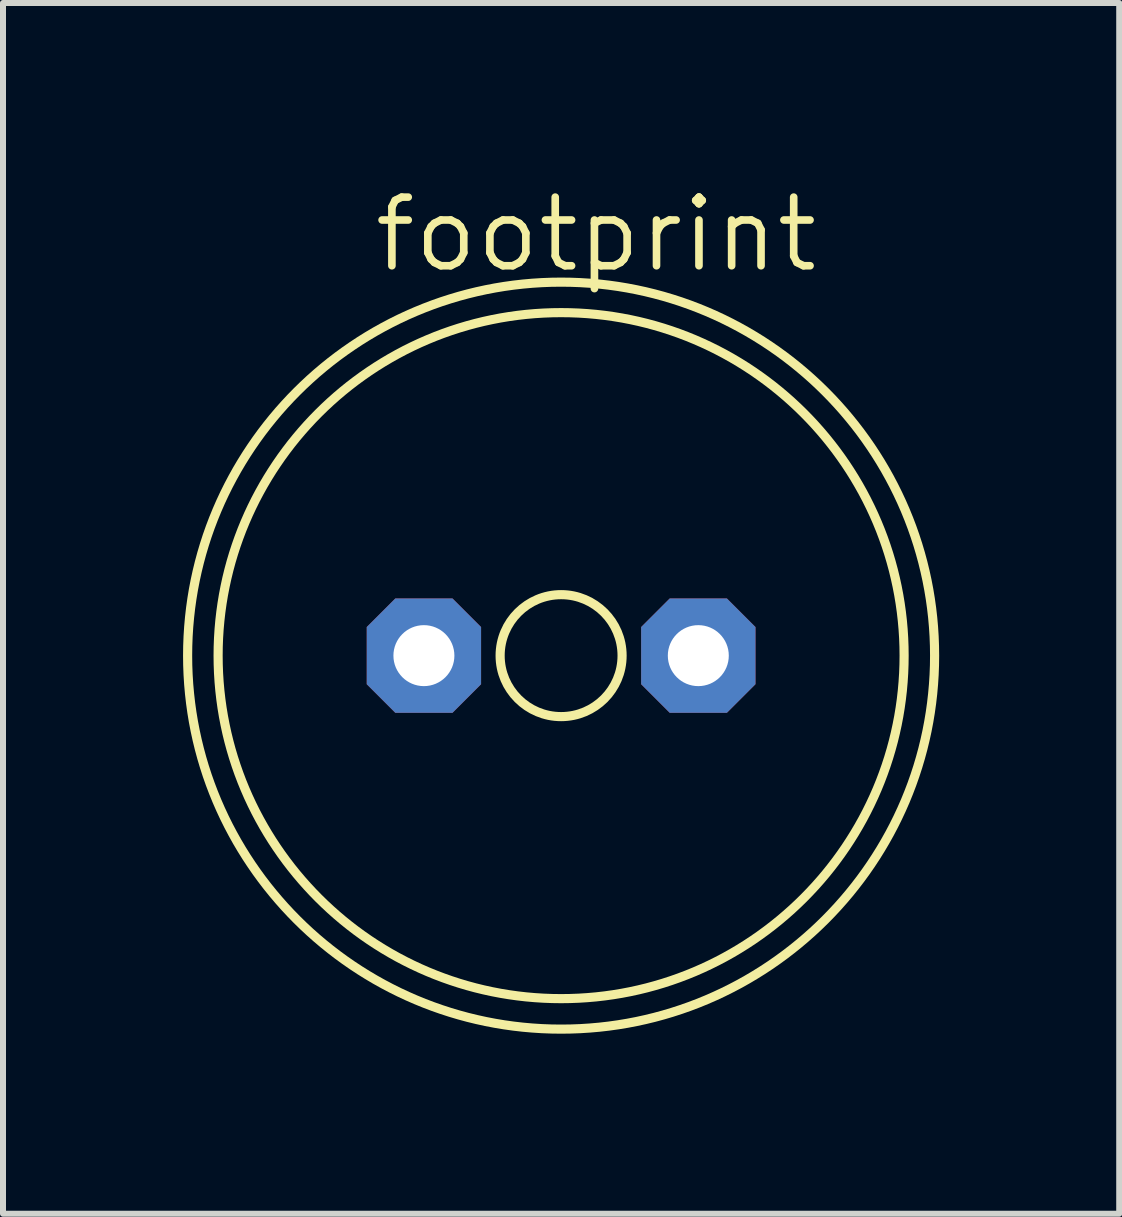
<source format=kicad_pcb>
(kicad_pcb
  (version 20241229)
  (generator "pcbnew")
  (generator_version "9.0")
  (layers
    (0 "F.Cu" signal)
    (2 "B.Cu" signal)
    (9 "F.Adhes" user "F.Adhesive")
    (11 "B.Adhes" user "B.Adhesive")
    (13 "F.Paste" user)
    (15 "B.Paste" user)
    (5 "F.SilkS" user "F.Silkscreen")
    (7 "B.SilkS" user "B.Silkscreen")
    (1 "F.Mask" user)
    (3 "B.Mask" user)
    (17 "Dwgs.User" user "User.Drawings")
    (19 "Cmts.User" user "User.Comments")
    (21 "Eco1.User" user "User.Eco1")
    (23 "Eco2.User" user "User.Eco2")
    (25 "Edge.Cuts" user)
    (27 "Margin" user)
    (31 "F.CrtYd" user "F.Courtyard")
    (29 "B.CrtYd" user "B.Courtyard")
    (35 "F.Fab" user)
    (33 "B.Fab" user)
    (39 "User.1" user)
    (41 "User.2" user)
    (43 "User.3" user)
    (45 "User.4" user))
  (footprint "footprint"
    (layer "F.Cu")
    (at 6.299 7.874)
    (property "Reference" "footprint" (at -3.175 -6.35 0) (layer "F.SilkS") (effects (font (size 1.143 1.143) (thickness 0.127)) (justify left bottom)))
    (fp_circle (center 0 0) (end 1.016 0) (stroke (width 0.152) (type solid)) (fill no) (layer "F.SilkS"))
    (fp_circle (center 0 0) (end 5.715 0) (stroke (width 0.152) (type solid)) (fill no) (layer "F.SilkS"))
    (fp_circle (center 0 0) (end 6.223 0) (stroke (width 0.152) (type solid)) (fill no) (layer "F.SilkS"))
    (pad "+" thru_hole roundrect (at 2.286 0) (size 1.905 1.905) (drill 1.016) (layers "*.Cu" "*.Mask") (roundrect_rratio 0.25) (chamfer_ratio 0.25) (chamfer top_left top_right bottom_left bottom_right))
    (pad "-" thru_hole roundrect (at -2.286 0) (size 1.905 1.905) (drill 1.016) (layers "*.Cu" "*.Mask") (roundrect_rratio 0.25) (chamfer_ratio 0.25) (chamfer top_left top_right bottom_left bottom_right)))
  (gr_rect
    (start -3 -3)
    (end 15.598 17.173)
    (stroke (width 0.1) (type default))
    (fill no)
    (layer "Edge.Cuts")))
</source>
